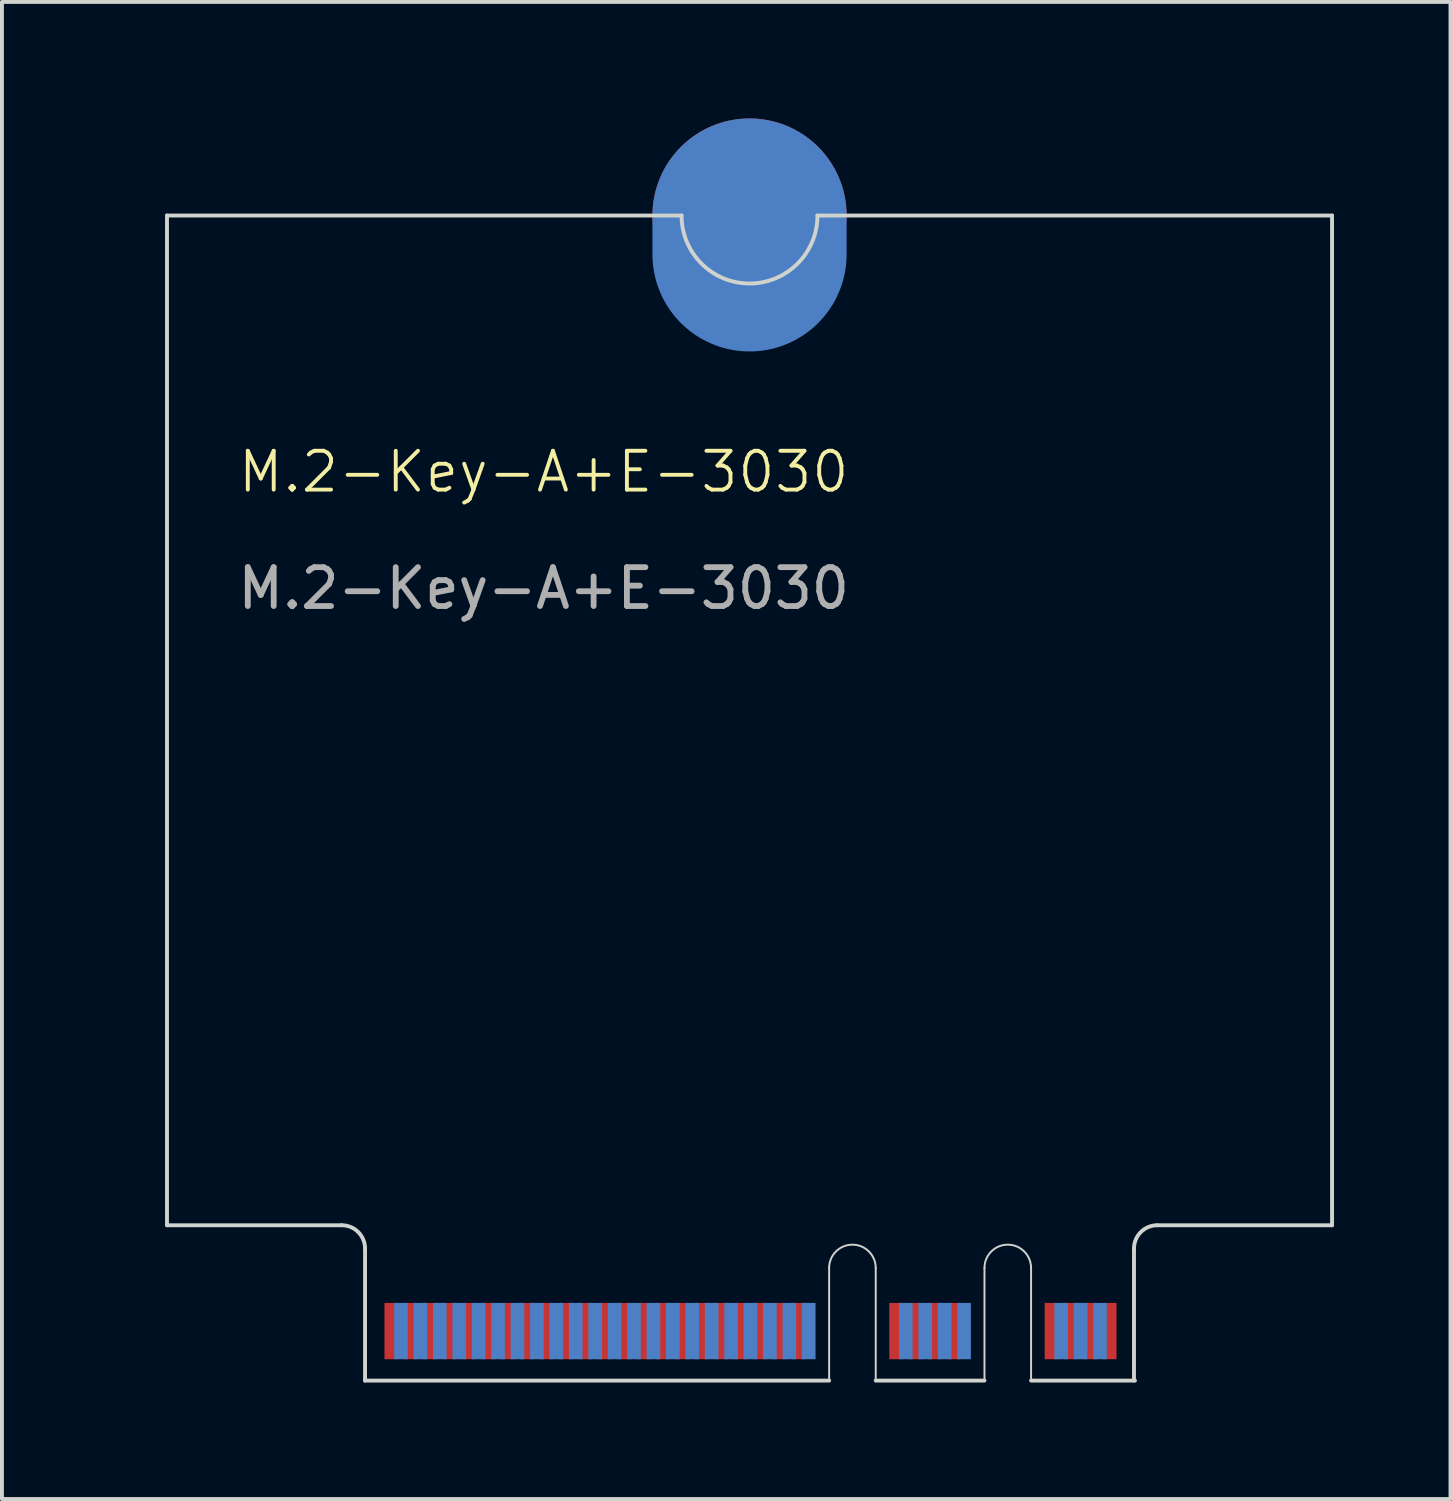
<source format=kicad_pcb>
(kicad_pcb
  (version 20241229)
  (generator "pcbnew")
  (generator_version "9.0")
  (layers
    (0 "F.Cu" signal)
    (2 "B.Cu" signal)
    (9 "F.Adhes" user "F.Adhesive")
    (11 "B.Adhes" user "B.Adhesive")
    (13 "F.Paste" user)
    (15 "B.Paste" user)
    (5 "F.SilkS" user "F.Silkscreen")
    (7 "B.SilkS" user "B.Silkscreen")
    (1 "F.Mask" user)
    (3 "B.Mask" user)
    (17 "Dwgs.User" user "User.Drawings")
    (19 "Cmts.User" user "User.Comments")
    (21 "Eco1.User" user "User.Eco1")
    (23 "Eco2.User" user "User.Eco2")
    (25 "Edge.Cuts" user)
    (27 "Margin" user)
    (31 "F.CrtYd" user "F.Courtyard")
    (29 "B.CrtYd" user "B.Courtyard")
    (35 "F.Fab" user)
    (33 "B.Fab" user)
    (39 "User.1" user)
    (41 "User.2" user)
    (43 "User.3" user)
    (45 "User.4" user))
  (footprint "M.2-Key-A+E-3030"
    (layer "F.Cu")
    (at 0.25 1.5)
    (property "Reference" "M.2-Key-A+E-3030" (at 10.7 7.6 0) (unlocked yes) (layer "F.SilkS") (effects (font (size 1 1) (thickness 0.1))))
    (attr exclude_from_pos_files exclude_from_bom allow_missing_courtyard)
    (fp_line (start 1 1) (end 1 27) (stroke (width 0.1) (type default)) (layer "Edge.Cuts"))
    (fp_line (start 1 1) (end 14.25 1) (stroke (width 0.1) (type default)) (layer "Edge.Cuts"))
    (fp_line (start 1 27) (end 5.5 27) (stroke (width 0.1) (type default)) (layer "Edge.Cuts"))
    (fp_line (start 6.1 27.6) (end 6.1 31) (stroke (width 0.1) (type default)) (layer "Edge.Cuts"))
    (fp_line (start 6.1 31) (end 18.05 31) (stroke (width 0.1) (type default)) (layer "Edge.Cuts"))
    (fp_line (start 17.75 1) (end 31 1) (stroke (width 0.1) (type default)) (layer "Edge.Cuts"))
    (fp_line (start 18.05 31) (end 18.05 28.1) (stroke (width 0.05) (type default)) (layer "Edge.Cuts"))
    (fp_line (start 19.25 28.1) (end 19.25 31) (stroke (width 0.05) (type default)) (layer "Edge.Cuts"))
    (fp_line (start 19.25 31) (end 22.05 31) (stroke (width 0.1) (type default)) (layer "Edge.Cuts"))
    (fp_line (start 22.05 31) (end 22.05 28.1) (stroke (width 0.05) (type default)) (layer "Edge.Cuts"))
    (fp_line (start 23.25 28.1) (end 23.25 31) (stroke (width 0.05) (type default)) (layer "Edge.Cuts"))
    (fp_line (start 23.25 31) (end 25.925 31) (stroke (width 0.1) (type default)) (layer "Edge.Cuts"))
    (fp_line (start 25.9 27.6) (end 25.9 31) (stroke (width 0.1) (type default)) (layer "Edge.Cuts"))
    (fp_line (start 31 1) (end 31 27) (stroke (width 0.1) (type default)) (layer "Edge.Cuts"))
    (fp_line (start 31 27) (end 26.5 27) (stroke (width 0.1) (type default)) (layer "Edge.Cuts"))
    (fp_arc (start 5.5 27) (mid 5.924264 27.175736) (end 6.1 27.6) (stroke (width 0.1) (type default)) (layer "Edge.Cuts"))
    (fp_arc (start 17.75 1) (mid 16 2.75) (end 14.25 1) (stroke (width 0.1) (type default)) (layer "Edge.Cuts"))
    (fp_arc (start 18.05 28.1) (mid 18.65 27.5) (end 19.25 28.1) (stroke (width 0.05) (type default)) (layer "Edge.Cuts"))
    (fp_arc (start 22.05 28.1) (mid 22.65 27.5) (end 23.25 28.1) (stroke (width 0.05) (type default)) (layer "Edge.Cuts"))
    (fp_arc (start 25.9 27.6) (mid 26.075736 27.175736) (end 26.5 27) (stroke (width 0.1) (type default)) (layer "Edge.Cuts"))
    (fp_text user "${REFERENCE}" (at 10.7 10.6 0) (unlocked yes) (layer "F.Fab") (effects (font (size 1 1) (thickness 0.15))))
    (pad "1" connect rect (at 25.275 29.725) (size 0.35 1.45) (layers "F.Cu" "F.Mask"))
    (pad "2" connect rect (at 25.025 29.725) (size 0.35 1.45) (layers "B.Cu" "B.Mask"))
    (pad "3" connect rect (at 24.775 29.725) (size 0.35 1.45) (layers "F.Cu" "F.Mask"))
    (pad "4" connect rect (at 24.525 29.725) (size 0.35 1.45) (layers "B.Cu" "B.Mask"))
    (pad "5" connect rect (at 24.275 29.725) (size 0.35 1.45) (layers "F.Cu" "F.Mask"))
    (pad "6" connect rect (at 24.025 29.725) (size 0.35 1.45) (layers "B.Cu" "B.Mask"))
    (pad "7" connect rect (at 23.775 29.725) (size 0.35 1.45) (layers "F.Cu" "F.Mask"))
    (pad "16" connect rect (at 21.525 29.725) (size 0.35 1.45) (layers "B.Cu" "B.Mask"))
    (pad "17" connect rect (at 21.275 29.725) (size 0.35 1.45) (layers "F.Cu" "F.Mask"))
    (pad "18" connect rect (at 21.025 29.725) (size 0.35 1.45) (layers "B.Cu" "B.Mask"))
    (pad "19" connect rect (at 20.775 29.725) (size 0.35 1.45) (layers "F.Cu" "F.Mask"))
    (pad "20" connect rect (at 20.525 29.725) (size 0.35 1.45) (layers "B.Cu" "B.Mask"))
    (pad "21" connect rect (at 20.275 29.725) (size 0.35 1.45) (layers "F.Cu" "F.Mask"))
    (pad "22" connect rect (at 20.025 29.725) (size 0.35 1.45) (layers "B.Cu" "B.Mask"))
    (pad "23" connect rect (at 19.775 29.725) (size 0.35 1.45) (layers "F.Cu" "F.Mask"))
    (pad "32" connect rect (at 17.525 29.725) (size 0.35 1.45) (layers "B.Cu" "B.Mask"))
    (pad "33" connect rect (at 17.275 29.725) (size 0.35 1.45) (layers "F.Cu" "F.Mask"))
    (pad "34" connect rect (at 17.025 29.725) (size 0.35 1.45) (layers "B.Cu" "B.Mask"))
    (pad "35" connect rect (at 16.775 29.725) (size 0.35 1.45) (layers "F.Cu" "F.Mask"))
    (pad "36" connect rect (at 16.525 29.725) (size 0.35 1.45) (layers "B.Cu" "B.Mask"))
    (pad "37" connect rect (at 16.275 29.725) (size 0.35 1.45) (layers "F.Cu" "F.Mask"))
    (pad "38" connect rect (at 16.025 29.725) (size 0.35 1.45) (layers "B.Cu" "B.Mask"))
    (pad "39" connect rect (at 15.775 29.725) (size 0.35 1.45) (layers "F.Cu" "F.Mask"))
    (pad "40" connect rect (at 15.525 29.725) (size 0.35 1.45) (layers "B.Cu" "B.Mask"))
    (pad "41" connect rect (at 15.275 29.725) (size 0.35 1.45) (layers "F.Cu" "F.Mask"))
    (pad "42" connect rect (at 15.025 29.725) (size 0.35 1.45) (layers "B.Cu" "B.Mask"))
    (pad "43" connect rect (at 14.775 29.725) (size 0.35 1.45) (layers "F.Cu" "F.Mask"))
    (pad "44" connect rect (at 14.525 29.725) (size 0.35 1.45) (layers "B.Cu" "B.Mask"))
    (pad "45" connect rect (at 14.275 29.725) (size 0.35 1.45) (layers "F.Cu" "F.Mask"))
    (pad "46" connect rect (at 14.025 29.725) (size 0.35 1.45) (layers "B.Cu" "B.Mask"))
    (pad "47" connect rect (at 13.775 29.725) (size 0.35 1.45) (layers "F.Cu" "F.Mask"))
    (pad "48" connect rect (at 13.525 29.725) (size 0.35 1.45) (layers "B.Cu" "B.Mask"))
    (pad "49" connect rect (at 13.275 29.725) (size 0.35 1.45) (layers "F.Cu" "F.Mask"))
    (pad "50" connect rect (at 13.025 29.725) (size 0.35 1.45) (layers "B.Cu" "B.Mask"))
    (pad "51" connect rect (at 12.775 29.725) (size 0.35 1.45) (layers "F.Cu" "F.Mask"))
    (pad "52" connect rect (at 12.525 29.725) (size 0.35 1.45) (layers "B.Cu" "B.Mask"))
    (pad "53" connect rect (at 12.275 29.725) (size 0.35 1.45) (layers "F.Cu" "F.Mask"))
    (pad "54" connect rect (at 12.025 29.725) (size 0.35 1.45) (layers "B.Cu" "B.Mask"))
    (pad "55" connect rect (at 11.775 29.725) (size 0.35 1.45) (layers "F.Cu" "F.Mask"))
    (pad "56" connect rect (at 11.525 29.725) (size 0.35 1.45) (layers "B.Cu" "B.Mask"))
    (pad "57" connect rect (at 11.275 29.725) (size 0.35 1.45) (layers "F.Cu" "F.Mask"))
    (pad "58" connect rect (at 11.025 29.725) (size 0.35 1.45) (layers "B.Cu" "B.Mask"))
    (pad "59" connect rect (at 10.775 29.725) (size 0.35 1.45) (layers "F.Cu" "F.Mask"))
    (pad "60" connect rect (at 10.525 29.725) (size 0.35 1.45) (layers "B.Cu" "B.Mask"))
    (pad "61" connect rect (at 10.275 29.725) (size 0.35 1.45) (layers "F.Cu" "F.Mask"))
    (pad "62" connect rect (at 10.025 29.725) (size 0.35 1.45) (layers "B.Cu" "B.Mask"))
    (pad "63" connect rect (at 9.775 29.725) (size 0.35 1.45) (layers "F.Cu" "F.Mask"))
    (pad "64" connect rect (at 9.525 29.725) (size 0.35 1.45) (layers "B.Cu" "B.Mask"))
    (pad "65" connect rect (at 9.275 29.725) (size 0.35 1.45) (layers "F.Cu" "F.Mask"))
    (pad "66" connect rect (at 9.025 29.725) (size 0.35 1.45) (layers "B.Cu" "B.Mask"))
    (pad "67" connect rect (at 8.775 29.725) (size 0.35 1.45) (layers "F.Cu" "F.Mask"))
    (pad "68" connect rect (at 8.525 29.725) (size 0.35 1.45) (layers "B.Cu" "B.Mask"))
    (pad "69" connect rect (at 8.275 29.725) (size 0.35 1.45) (layers "F.Cu" "F.Mask"))
    (pad "70" connect rect (at 8.025 29.725) (size 0.35 1.45) (layers "B.Cu" "B.Mask"))
    (pad "71" connect rect (at 7.775 29.725) (size 0.35 1.45) (layers "F.Cu" "F.Mask"))
    (pad "72" connect rect (at 7.525 29.725) (size 0.35 1.45) (layers "B.Cu" "B.Mask"))
    (pad "73" connect rect (at 7.275 29.725) (size 0.35 1.45) (layers "F.Cu" "F.Mask"))
    (pad "74" connect rect (at 7.025 29.725) (size 0.35 1.45) (layers "B.Cu" "B.Mask"))
    (pad "75" connect rect (at 6.775 29.725) (size 0.35 1.45) (layers "F.Cu" "F.Mask"))
    (pad "76" connect circle (at 16 1) (size 5 5) (layers "F.Cu" "F.Mask"))
    (pad "76" connect oval (at 16 1.5) (size 5 6) (layers "B.Cu" "B.Mask"))
    (zone (net_name "") (layer "F.Cu") (name "TOP COMPONENT KEEPOUT") (hatch edge 0.5) (connect_pads) (min_thickness 0.25) (filled_areas_thickness no) (keepout (tracks allowed) (vias allowed) (pads allowed) (copperpour allowed) (footprints not_allowed)) (placement (enabled no)) (fill) (polygon (pts (xy 6.349 32.501) (xy 6.349 28.501) (xy 26.149 28.501) (xy 26.149 32.501))))
    (zone (net_name "") (layer "B.Cu") (name "BOTTOM COMPONENT KEEPOUT") (hatch edge 0.5) (connect_pads) (min_thickness 0.25) (filled_areas_thickness no) (keepout (tracks allowed) (vias allowed) (pads allowed) (copperpour allowed) (footprints not_allowed)) (placement (enabled no)) (fill) (polygon (pts (xy 6.349 32.501) (xy 26.149 32.501) (xy 26.149 28.501) (xy 27.249 28.501) (xy 27.249 27.301) (xy 5.249 27.301) (xy 5.249 28.501) (xy 6.349 28.501)))))
  (gr_rect
    (start -3 -3)
    (end 34.3 35.55)
    (stroke (width 0.1) (type default))
    (fill no)
    (layer "Edge.Cuts")))
</source>
